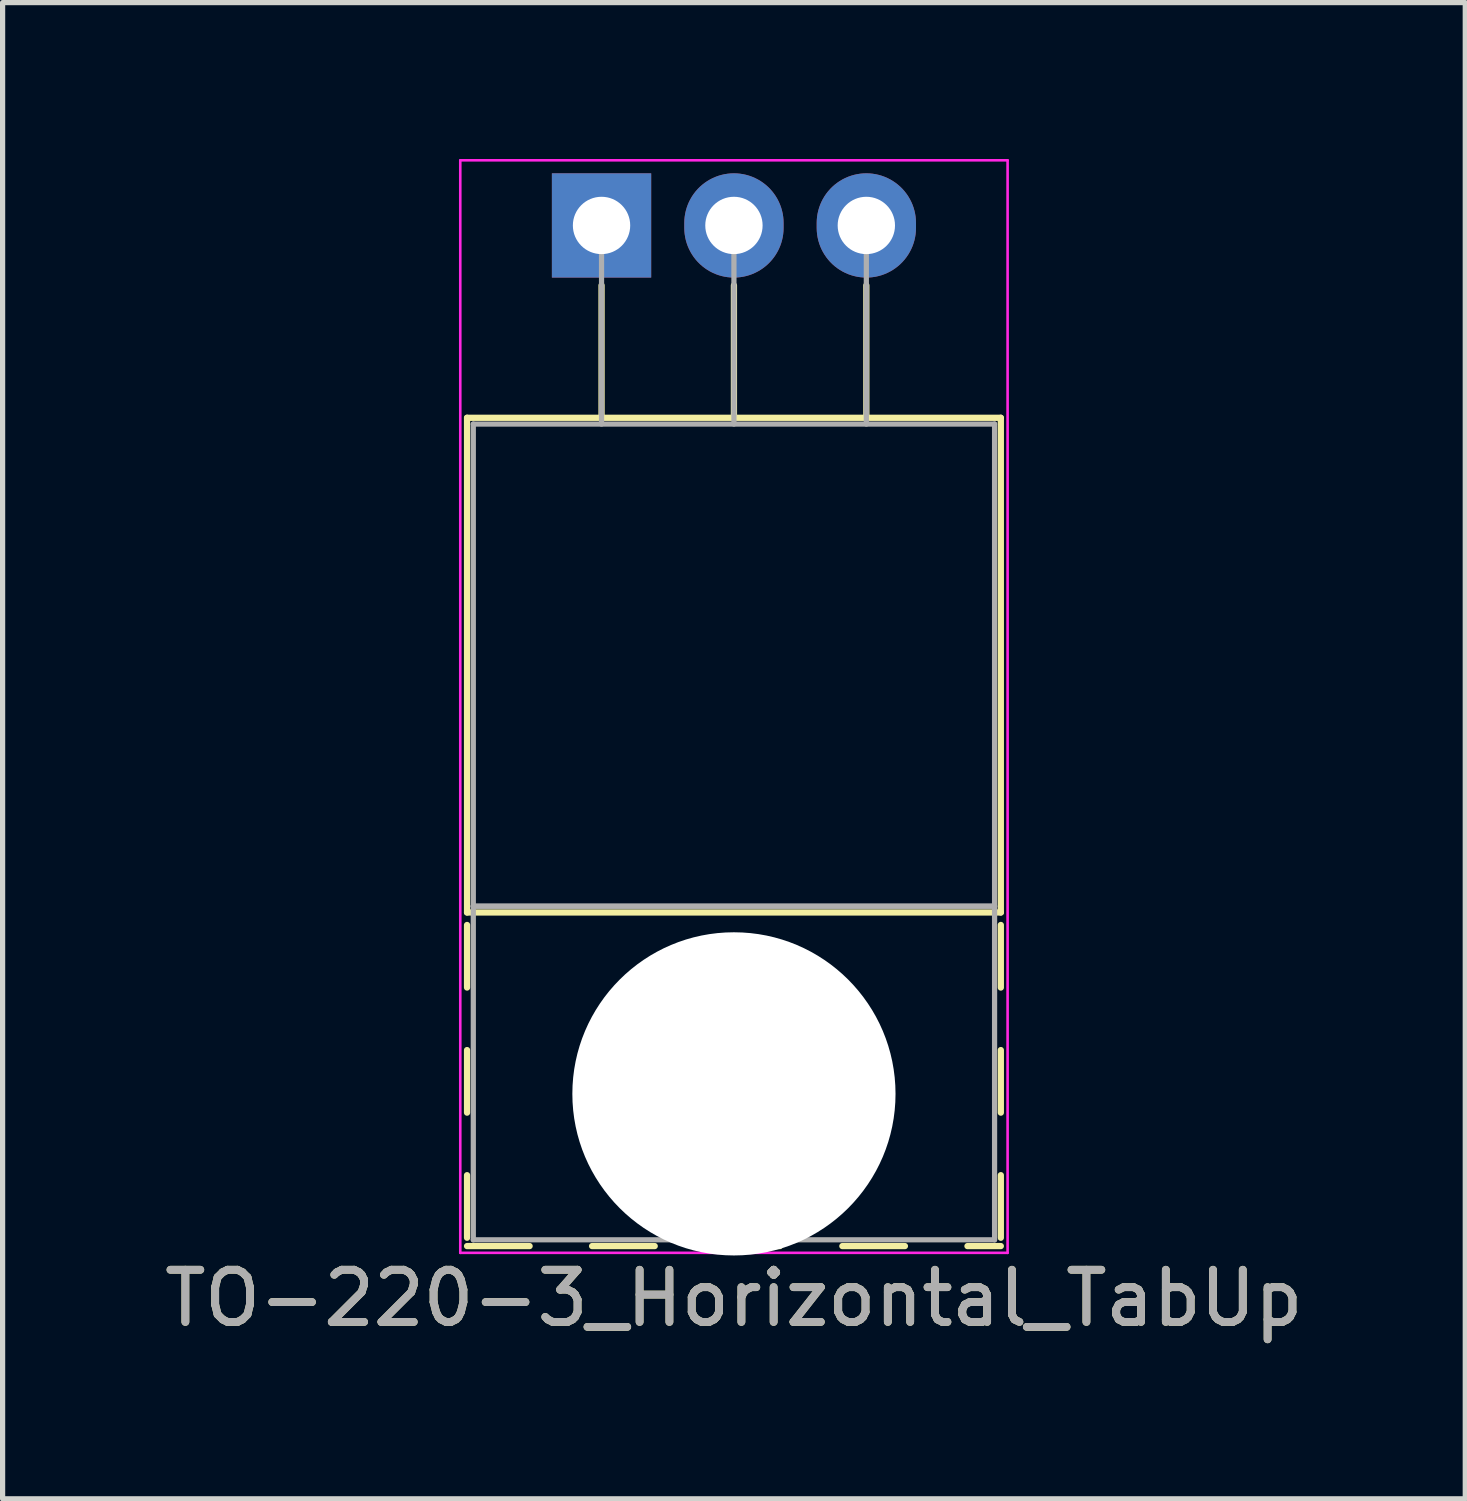
<source format=kicad_pcb>
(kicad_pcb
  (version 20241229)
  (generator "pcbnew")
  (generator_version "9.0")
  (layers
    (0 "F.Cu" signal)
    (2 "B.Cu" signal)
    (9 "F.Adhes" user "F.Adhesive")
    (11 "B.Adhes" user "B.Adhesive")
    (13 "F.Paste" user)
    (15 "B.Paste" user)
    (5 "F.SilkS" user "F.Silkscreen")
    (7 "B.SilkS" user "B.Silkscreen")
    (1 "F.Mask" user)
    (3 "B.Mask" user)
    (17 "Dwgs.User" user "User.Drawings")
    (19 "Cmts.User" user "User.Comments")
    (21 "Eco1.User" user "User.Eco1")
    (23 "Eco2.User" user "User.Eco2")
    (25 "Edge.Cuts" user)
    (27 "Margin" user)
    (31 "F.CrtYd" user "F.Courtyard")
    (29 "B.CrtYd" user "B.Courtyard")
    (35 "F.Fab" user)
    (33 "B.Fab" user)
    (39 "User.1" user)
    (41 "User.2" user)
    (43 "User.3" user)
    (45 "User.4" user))
  (footprint "TO-220-3_Horizontal_TabUp"
    (layer "F.Cu")
    (at 8.49 1.275)
    (property "Reference" "TO-220-3_Horizontal_TabUp" (at 2.54 20.58 0) (layer "F.SilkS") (effects (font (size 1 1) (thickness 0.15))))
    (attr through_hole)
    (fp_line (start -2.58 3.69) (end -2.58 13.18) (stroke (width 0.12) (type solid)) (layer "F.SilkS"))
    (fp_line (start -2.58 3.69) (end 7.66 3.69) (stroke (width 0.12) (type solid)) (layer "F.SilkS"))
    (fp_line (start -2.58 13.18) (end 7.66 13.18) (stroke (width 0.12) (type solid)) (layer "F.SilkS"))
    (fp_line (start -2.58 13.42) (end -2.58 14.62) (stroke (width 0.12) (type solid)) (layer "F.SilkS"))
    (fp_line (start -2.58 15.82) (end -2.58 17.02) (stroke (width 0.12) (type solid)) (layer "F.SilkS"))
    (fp_line (start -2.58 18.22) (end -2.58 19.42) (stroke (width 0.12) (type solid)) (layer "F.SilkS"))
    (fp_line (start -2.58 19.58) (end -1.38 19.58) (stroke (width 0.12) (type solid)) (layer "F.SilkS"))
    (fp_line (start -0.181 19.58) (end 1.02 19.58) (stroke (width 0.12) (type solid)) (layer "F.SilkS"))
    (fp_line (start 0 1.15) (end 0 3.69) (stroke (width 0.12) (type solid)) (layer "F.SilkS"))
    (fp_line (start 2.22 19.58) (end 3.42 19.58) (stroke (width 0.12) (type solid)) (layer "F.SilkS"))
    (fp_line (start 2.54 1.15) (end 2.54 3.69) (stroke (width 0.12) (type solid)) (layer "F.SilkS"))
    (fp_line (start 4.62 19.58) (end 5.82 19.58) (stroke (width 0.12) (type solid)) (layer "F.SilkS"))
    (fp_line (start 5.08 1.15) (end 5.08 3.69) (stroke (width 0.12) (type solid)) (layer "F.SilkS"))
    (fp_line (start 7.02 19.58) (end 7.66 19.58) (stroke (width 0.12) (type solid)) (layer "F.SilkS"))
    (fp_line (start 7.66 3.69) (end 7.66 13.18) (stroke (width 0.12) (type solid)) (layer "F.SilkS"))
    (fp_line (start 7.66 13.42) (end 7.66 14.62) (stroke (width 0.12) (type solid)) (layer "F.SilkS"))
    (fp_line (start 7.66 15.82) (end 7.66 17.02) (stroke (width 0.12) (type solid)) (layer "F.SilkS"))
    (fp_line (start 7.66 18.22) (end 7.66 19.42) (stroke (width 0.12) (type solid)) (layer "F.SilkS"))
    (fp_line (start -2.71 -1.25) (end -2.71 19.71) (stroke (width 0.05) (type solid)) (layer "F.CrtYd"))
    (fp_line (start -2.71 19.71) (end 7.79 19.71) (stroke (width 0.05) (type solid)) (layer "F.CrtYd"))
    (fp_line (start 7.79 -1.25) (end -2.71 -1.25) (stroke (width 0.05) (type solid)) (layer "F.CrtYd"))
    (fp_line (start 7.79 19.71) (end 7.79 -1.25) (stroke (width 0.05) (type solid)) (layer "F.CrtYd"))
    (fp_line (start -2.46 3.81) (end -2.46 13.06) (stroke (width 0.1) (type solid)) (layer "F.Fab"))
    (fp_line (start -2.46 13.06) (end -2.46 19.46) (stroke (width 0.1) (type solid)) (layer "F.Fab"))
    (fp_line (start -2.46 13.06) (end 7.54 13.06) (stroke (width 0.1) (type solid)) (layer "F.Fab"))
    (fp_line (start -2.46 19.46) (end 7.54 19.46) (stroke (width 0.1) (type solid)) (layer "F.Fab"))
    (fp_line (start 0 3.81) (end 0 0) (stroke (width 0.1) (type solid)) (layer "F.Fab"))
    (fp_line (start 2.54 3.81) (end 2.54 0) (stroke (width 0.1) (type solid)) (layer "F.Fab"))
    (fp_line (start 5.08 3.81) (end 5.08 0) (stroke (width 0.1) (type solid)) (layer "F.Fab"))
    (fp_line (start 7.54 3.81) (end -2.46 3.81) (stroke (width 0.1) (type solid)) (layer "F.Fab"))
    (fp_line (start 7.54 13.06) (end -2.46 13.06) (stroke (width 0.1) (type solid)) (layer "F.Fab"))
    (fp_line (start 7.54 13.06) (end 7.54 3.81) (stroke (width 0.1) (type solid)) (layer "F.Fab"))
    (fp_line (start 7.54 19.46) (end 7.54 13.06) (stroke (width 0.1) (type solid)) (layer "F.Fab"))
    (fp_circle (center 2.54 16.66) (end 4.39 16.66) (stroke (width 0.1) (type solid)) (fill no) (layer "F.Fab"))
    (fp_text user "${REFERENCE}" (at 2.54 20.58 0) (layer "F.Fab") (effects (font (size 1 1) (thickness 0.15))))
    (pad "" np_thru_hole oval (at 2.54 16.66) (size 6.2 6.2) (drill 6.2) (layers "*.Cu" "*.Mask"))
    (pad "1" thru_hole rect (at 0 0) (size 1.905 2) (drill 1.1) (layers "*.Cu" "*.Mask"))
    (pad "2" thru_hole oval (at 2.54 0) (size 1.905 2) (drill 1.1) (layers "*.Cu" "*.Mask"))
    (pad "3" thru_hole oval (at 5.08 0) (size 1.905 2) (drill 1.1) (layers "*.Cu" "*.Mask")))
  (gr_rect
    (start -3 -3)
    (end 25.06 25.703)
    (stroke (width 0.1) (type default))
    (fill no)
    (layer "Edge.Cuts")))
</source>
